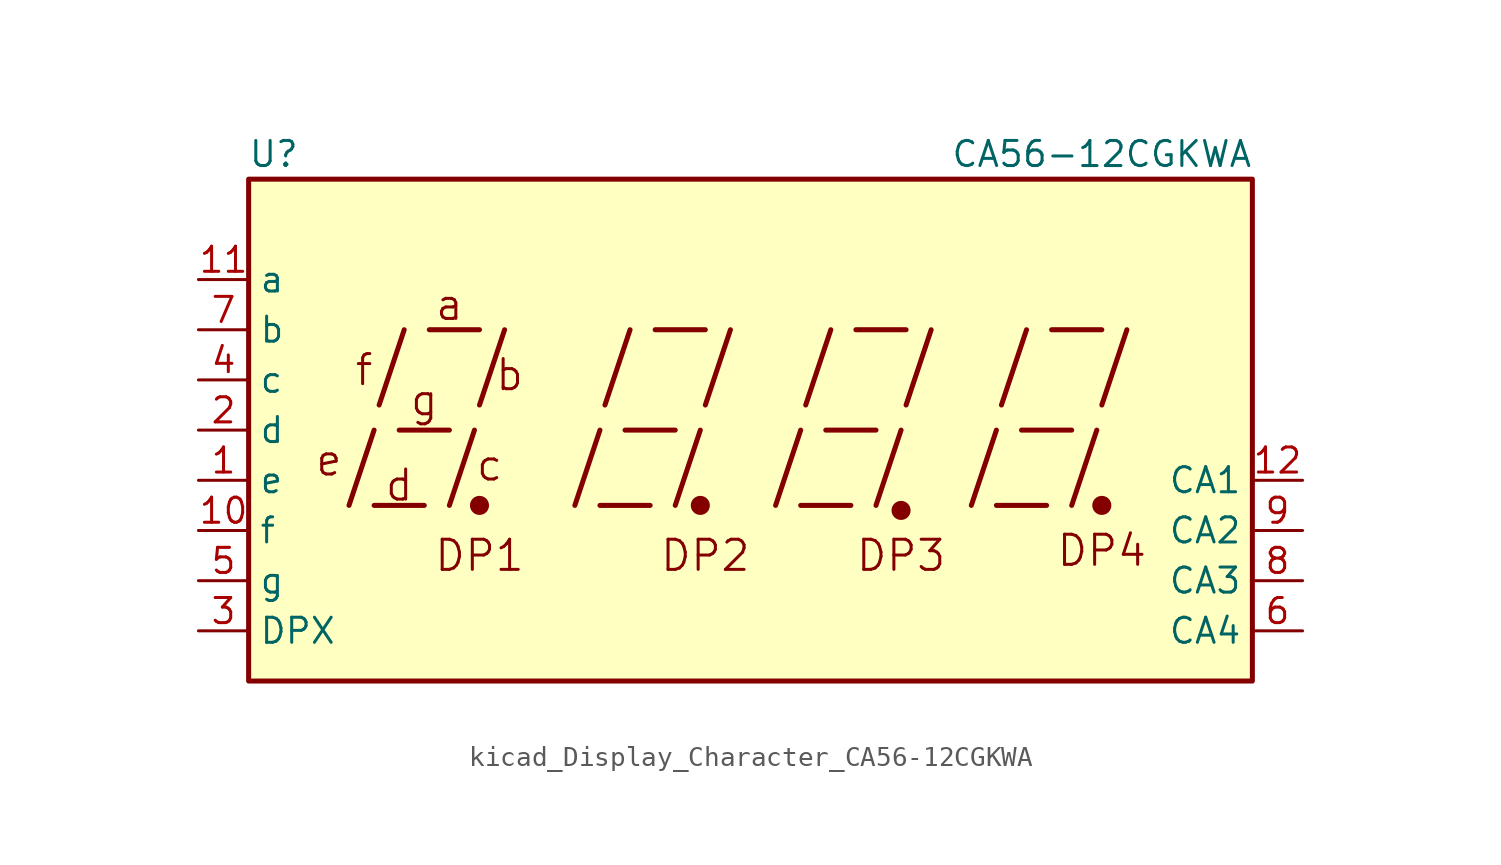
<source format=kicad_sym>
(kicad_symbol_lib
  (version 20220914)
  (generator kicad_symbol_editor)
  (symbol "kicad_Display_Character_CA56-12CGKWA"
    (property "Reference" "U"
      (at -24.13 13.97 0)
      (effects (font (size 1.27 1.27))))
    (property "Value" "CA56-12CGKWA"
      (at 17.78 13.97 0)
      (effects (font (size 1.27 1.27))))
    (symbol "kicad_Display_Character_CA56-12CGKWA_0_0"
      (rectangle (start -25.4 12.7) (end 25.4 -12.7) (stroke (width 0.254) (type default)) (fill (type background)))
      (polyline (pts (xy -20.32 -3.81) (xy -19.05 0)) (stroke (width 0.254) (type default)) (fill (type none)))
      (polyline (pts (xy -19.05 -3.81) (xy -16.51 -3.81)) (stroke (width 0.254) (type default)) (fill (type none)))
      (polyline (pts (xy -18.796 1.27) (xy -17.526 5.08)) (stroke (width 0.254) (type default)) (fill (type none)))
      (polyline (pts (xy -17.78 0) (xy -15.24 0)) (stroke (width 0.254) (type default)) (fill (type none)))
      (polyline (pts (xy -16.256 5.08) (xy -13.716 5.08)) (stroke (width 0.254) (type default)) (fill (type none)))
      (polyline (pts (xy -15.24 -3.81) (xy -13.97 0)) (stroke (width 0.254) (type default)) (fill (type none)))
      (polyline (pts (xy -13.716 1.27) (xy -12.446 5.08)) (stroke (width 0.254) (type default)) (fill (type none)))
      (polyline (pts (xy -8.89 -3.81) (xy -7.62 0)) (stroke (width 0.254) (type default)) (fill (type none)))
      (polyline (pts (xy -7.62 -3.81) (xy -5.08 -3.81)) (stroke (width 0.254) (type default)) (fill (type none)))
      (polyline (pts (xy -7.366 1.27) (xy -6.096 5.08)) (stroke (width 0.254) (type default)) (fill (type none)))
      (polyline (pts (xy -6.35 0) (xy -3.81 0)) (stroke (width 0.254) (type default)) (fill (type none)))
      (polyline (pts (xy -4.826 5.08) (xy -2.286 5.08)) (stroke (width 0.254) (type default)) (fill (type none)))
      (polyline (pts (xy -3.81 -3.81) (xy -2.54 0)) (stroke (width 0.254) (type default)) (fill (type none)))
      (polyline (pts (xy -2.286 1.27) (xy -1.016 5.08)) (stroke (width 0.254) (type default)) (fill (type none)))
      (polyline (pts (xy 1.27 -3.81) (xy 2.54 0)) (stroke (width 0.254) (type default)) (fill (type none)))
      (polyline (pts (xy 2.54 -3.81) (xy 5.08 -3.81)) (stroke (width 0.254) (type default)) (fill (type none)))
      (polyline (pts (xy 2.794 1.27) (xy 4.064 5.08)) (stroke (width 0.254) (type default)) (fill (type none)))
      (polyline (pts (xy 3.81 0) (xy 6.35 0)) (stroke (width 0.254) (type default)) (fill (type none)))
      (polyline (pts (xy 5.334 5.08) (xy 7.874 5.08)) (stroke (width 0.254) (type default)) (fill (type none)))
      (polyline (pts (xy 6.35 -3.81) (xy 7.62 0)) (stroke (width 0.254) (type default)) (fill (type none)))
      (polyline (pts (xy 7.874 1.27) (xy 9.144 5.08)) (stroke (width 0.254) (type default)) (fill (type none)))
      (polyline (pts (xy 11.176 -3.81) (xy 12.446 0)) (stroke (width 0.254) (type default)) (fill (type none)))
      (polyline (pts (xy 12.446 -3.81) (xy 14.986 -3.81)) (stroke (width 0.254) (type default)) (fill (type none)))
      (polyline (pts (xy 12.7 1.27) (xy 13.97 5.08)) (stroke (width 0.254) (type default)) (fill (type none)))
      (polyline (pts (xy 13.716 0) (xy 16.256 0)) (stroke (width 0.254) (type default)) (fill (type none)))
      (polyline (pts (xy 15.24 5.08) (xy 17.78 5.08)) (stroke (width 0.254) (type default)) (fill (type none)))
      (polyline (pts (xy 16.256 -3.81) (xy 17.526 0)) (stroke (width 0.254) (type default)) (fill (type none)))
      (polyline (pts (xy 17.78 1.27) (xy 19.05 5.08)) (stroke (width 0.254) (type default)) (fill (type none)))
      (text "a" (at -15.24 6.35 0) (effects (font (size 1.524 1.524))))
      (text "b" (at -12.192 2.794 0) (effects (font (size 1.524 1.524))))
      (text "c" (at -13.208 -1.778 0) (effects (font (size 1.524 1.524))))
      (text "d" (at -17.78 -2.794 0) (effects (font (size 1.524 1.524))))
      (text "DP1" (at -13.716 -6.35 0) (effects (font (size 1.524 1.524))))
      (text "DP2" (at -2.286 -6.35 0) (effects (font (size 1.524 1.524))))
      (text "DP3" (at 7.62 -6.35 0) (effects (font (size 1.524 1.524))))
      (text "DP4" (at 17.78 -6.096 0) (effects (font (size 1.524 1.524))))
      (text "e" (at -21.336 -1.524 0) (effects (font (size 1.524 1.524))))
      (text "f" (at -19.558 3.048 0) (effects (font (size 1.524 1.524))))
      (text "g" (at -16.51 1.524 0) (effects (font (size 1.524 1.524)))))
    (symbol "kicad_Display_Character_CA56-12CGKWA_0_1"
      (circle (center -13.716 -3.81) (radius 0.356) (stroke (width 0.254) (type default)) (fill (type outline)))
      (circle (center -2.54 -3.81) (radius 0.356) (stroke (width 0.254) (type default)) (fill (type outline))))
    (symbol "kicad_Display_Character_CA56-12CGKWA_1_0"
      (circle (center 7.62 -4.064) (radius 0.356) (stroke (width 0.254) (type default)) (fill (type outline)))
      (circle (center 17.78 -3.81) (radius 0.356) (stroke (width 0.254) (type default)) (fill (type outline))))
    (symbol "kicad_Display_Character_CA56-12CGKWA_1_1"
      (pin input line (at -27.94 -2.54 0) (length 2.54) (name "e" (effects (font (size 1.27 1.27)))) (number "1" (effects (font (size 1.27 1.27)))))
      (pin input line (at -27.94 -5.08 0) (length 2.54) (name "f" (effects (font (size 1.27 1.27)))) (number "10" (effects (font (size 1.27 1.27)))))
      (pin input line (at -27.94 7.62 0) (length 2.54) (name "a" (effects (font (size 1.27 1.27)))) (number "11" (effects (font (size 1.27 1.27)))))
      (pin input line (at 27.94 -2.54 180) (length 2.54) (name "CA1" (effects (font (size 1.27 1.27)))) (number "12" (effects (font (size 1.27 1.27)))))
      (pin input line (at -27.94 0 0) (length 2.54) (name "d" (effects (font (size 1.27 1.27)))) (number "2" (effects (font (size 1.27 1.27)))))
      (pin input line (at -27.94 -10.16 0) (length 2.54) (name "DPX" (effects (font (size 1.27 1.27)))) (number "3" (effects (font (size 1.27 1.27)))))
      (pin input line (at -27.94 2.54 0) (length 2.54) (name "c" (effects (font (size 1.27 1.27)))) (number "4" (effects (font (size 1.27 1.27)))))
      (pin input line (at -27.94 -7.62 0) (length 2.54) (name "g" (effects (font (size 1.27 1.27)))) (number "5" (effects (font (size 1.27 1.27)))))
      (pin input line (at 27.94 -10.16 180) (length 2.54) (name "CA4" (effects (font (size 1.27 1.27)))) (number "6" (effects (font (size 1.27 1.27)))))
      (pin input line (at -27.94 5.08 0) (length 2.54) (name "b" (effects (font (size 1.27 1.27)))) (number "7" (effects (font (size 1.27 1.27)))))
      (pin input line (at 27.94 -7.62 180) (length 2.54) (name "CA3" (effects (font (size 1.27 1.27)))) (number "8" (effects (font (size 1.27 1.27)))))
      (pin input line (at 27.94 -5.08 180) (length 2.54) (name "CA2" (effects (font (size 1.27 1.27)))) (number "9" (effects (font (size 1.27 1.27))))))))
</source>
